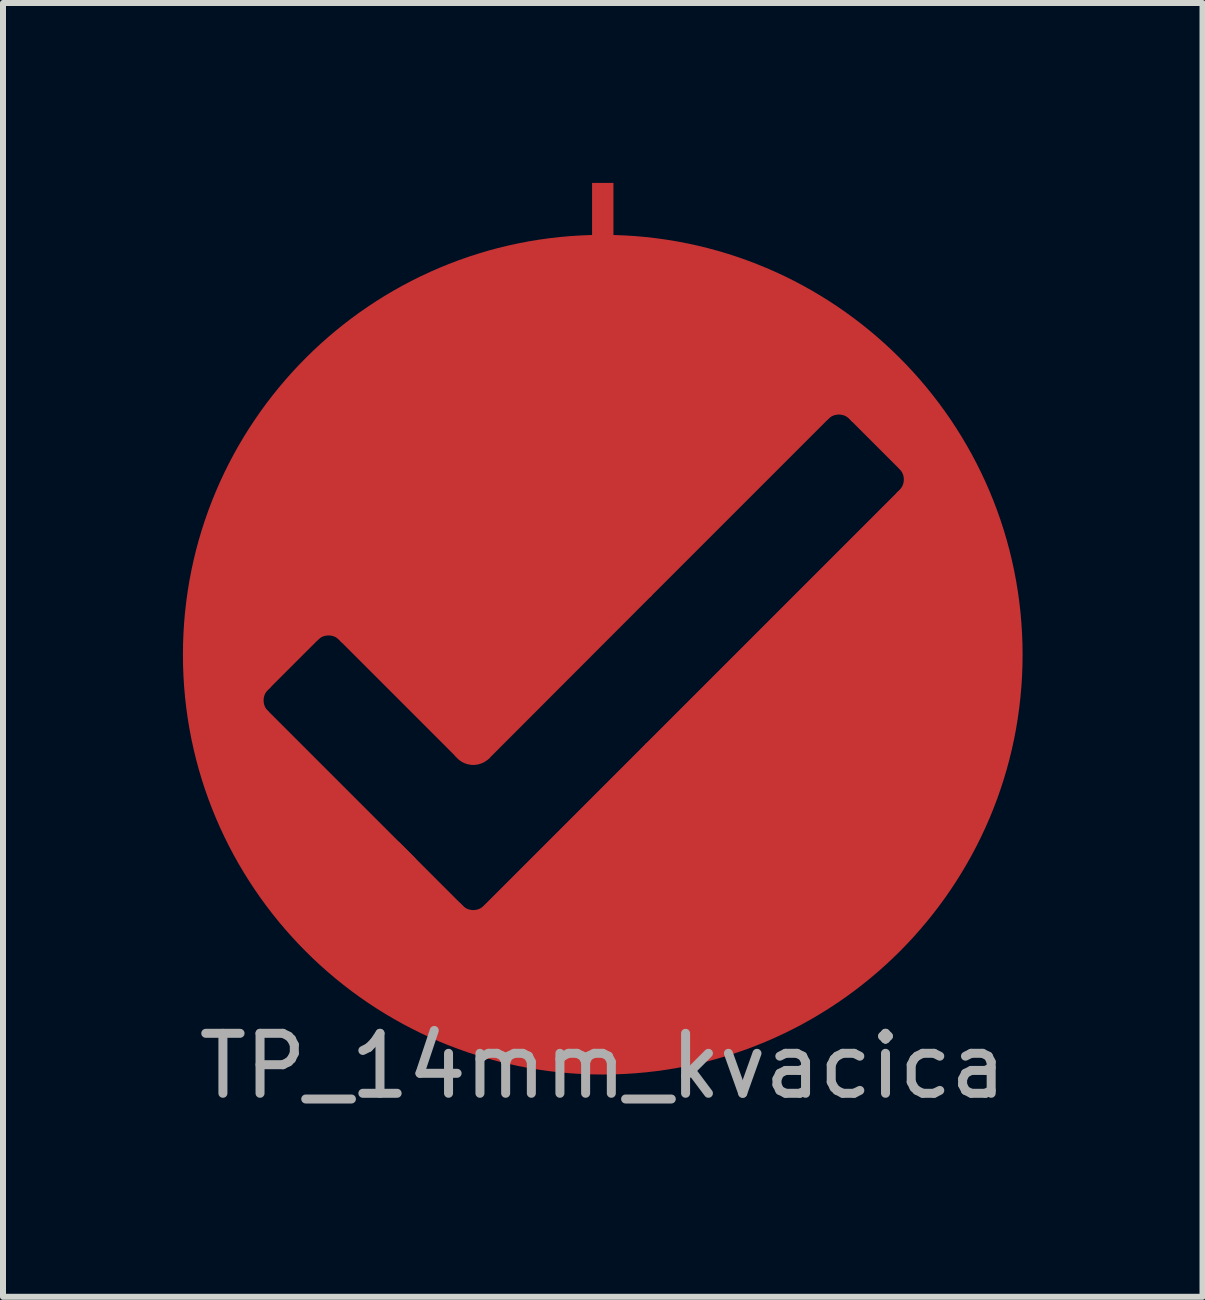
<source format=kicad_pcb>
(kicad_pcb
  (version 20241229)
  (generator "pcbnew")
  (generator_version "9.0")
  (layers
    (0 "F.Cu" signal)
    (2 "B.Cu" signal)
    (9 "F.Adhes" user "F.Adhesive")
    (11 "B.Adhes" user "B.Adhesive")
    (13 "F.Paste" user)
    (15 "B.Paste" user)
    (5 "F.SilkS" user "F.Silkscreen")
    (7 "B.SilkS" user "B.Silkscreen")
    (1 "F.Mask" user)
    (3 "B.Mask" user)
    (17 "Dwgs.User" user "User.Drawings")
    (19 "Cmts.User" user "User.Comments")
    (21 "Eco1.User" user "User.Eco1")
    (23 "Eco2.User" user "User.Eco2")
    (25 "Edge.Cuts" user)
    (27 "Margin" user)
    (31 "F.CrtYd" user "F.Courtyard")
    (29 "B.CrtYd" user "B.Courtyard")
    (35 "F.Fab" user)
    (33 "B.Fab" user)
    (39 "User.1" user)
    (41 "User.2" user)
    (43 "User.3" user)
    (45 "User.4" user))
  (footprint "TP_14mm_kvacica"
    (layer "F.Cu")
    (at 7 7.866)
    (property "Reference" "TP_14mm_kvacica" (at 0 6.858 0) (layer "F.Fab") (effects (font (size 1 1) (thickness 0.15))))
    (attr through_hole)
    (fp_line (start -5.842 0.762) (end -4.572 -0.508) (stroke (width 0.12) (type solid)) (layer "F.Cu"))
    (fp_line (start -5.842 0.762) (end -3.175 3.429) (stroke (width 0.12) (type solid)) (layer "F.Cu"))
    (fp_line (start -4.572 -0.508) (end -2.413 1.651) (stroke (width 0.12) (type solid)) (layer "F.Cu"))
    (fp_line (start -2.159 4.445) (end -3.429 3.175) (stroke (width 0.12) (type solid)) (layer "F.Cu"))
    (fp_line (start -2.159 4.445) (end 0.762 1.524) (stroke (width 0.12) (type solid)) (layer "F.Cu"))
    (fp_line (start -1.935 1.685) (end 0.762 -1.016) (stroke (width 0.12) (type solid)) (layer "F.Cu"))
    (fp_line (start 3.937 -4.191) (end 0.762 -1.016) (stroke (width 0.12) (type solid)) (layer "F.Cu"))
    (fp_line (start 3.937 -4.191) (end 5.207 -2.921) (stroke (width 0.12) (type solid)) (layer "F.Cu"))
    (fp_line (start 5.207 -2.921) (end 0.762 1.524) (stroke (width 0.12) (type solid)) (layer "F.Cu"))
    (fp_arc (start -5.714999 0.888999) (mid -5.767604 0.762) (end -5.714999 0.635001) (stroke (width 0.12) (type solid)) (layer "F.Cu"))
    (fp_arc (start -5.622123 0.986388) (mid -5.714194 0.73941) (end -5.588 0.508001) (stroke (width 0.12) (type solid)) (layer "F.Cu"))
    (fp_arc (start -4.796388 -0.288123) (mid -4.54941 -0.380194) (end -4.318001 -0.254) (stroke (width 0.12) (type solid)) (layer "F.Cu"))
    (fp_arc (start -4.698999 -0.380999) (mid -4.572 -0.433604) (end -4.445001 -0.380999) (stroke (width 0.12) (type solid)) (layer "F.Cu"))
    (fp_arc (start -2.032001 4.317999) (mid -2.159 4.370604) (end -2.285999 4.317999) (stroke (width 0.12) (type solid)) (layer "F.Cu"))
    (fp_arc (start -1.934612 1.685123) (mid -2.18159 1.777194) (end -2.412999 1.651) (stroke (width 0.12) (type solid)) (layer "F.Cu"))
    (fp_arc (start -1.934612 4.225123) (mid -2.18159 4.317194) (end -2.412999 4.191) (stroke (width 0.12) (type solid)) (layer "F.Cu"))
    (fp_arc (start 3.712612 -3.971123) (mid 3.95959 -4.063194) (end 4.190999 -3.937) (stroke (width 0.12) (type solid)) (layer "F.Cu"))
    (fp_arc (start 3.810001 -4.063999) (mid 3.937 -4.116604) (end 4.063999 -4.063999) (stroke (width 0.12) (type solid)) (layer "F.Cu"))
    (fp_arc (start 4.987123 -3.145388) (mid 5.079194 -2.89841) (end 4.953 -2.667001) (stroke (width 0.12) (type solid)) (layer "F.Cu"))
    (fp_arc (start 5.079999 -3.047999) (mid 5.132604 -2.921) (end 5.079999 -2.794001) (stroke (width 0.12) (type solid)) (layer "F.Cu"))
    (fp_circle (center 0 0) (end 6.5 0) (stroke (width 1) (type solid)) (fill no) (layer "F.Cu"))
    (fp_poly (pts (xy 5.842 -2.032) (xy 4.572 -2.286) (xy 5.334 -3.048)) (stroke (width 0.1) (type solid)) (fill yes) (layer "F.Cu"))
    (fp_poly (pts (xy 3.683 -5.334) (xy 5.715 -3.302) (xy 5.207 -2.921) (xy 3.937 -4.191) (xy -2.159 1.778) (xy -4.572 -0.508) (xy -5.842 0.762) (xy -2.159 4.445) (xy 4.699 -2.413) (xy 6.096 -2.159) (xy 6.477 -0.381) (xy 5.461 3.81) (xy 2.667 5.969) (xy -2.286 6.223) (xy -5.207 4.191) (xy -6.604 0.381) (xy -5.715 -3.429) (xy -2.794 -5.842) (xy 0.889 -6.477)) (stroke (width 0.1) (type solid)) (fill yes) (layer "F.Cu"))
    (pad "1" smd rect (at 0 -7.366) (size 0.356 1) (layers "F.Cu")))
  (gr_rect
    (start -3 -3)
    (end 17 18.572)
    (stroke (width 0.1) (type default))
    (fill no)
    (layer "Edge.Cuts")))
</source>
